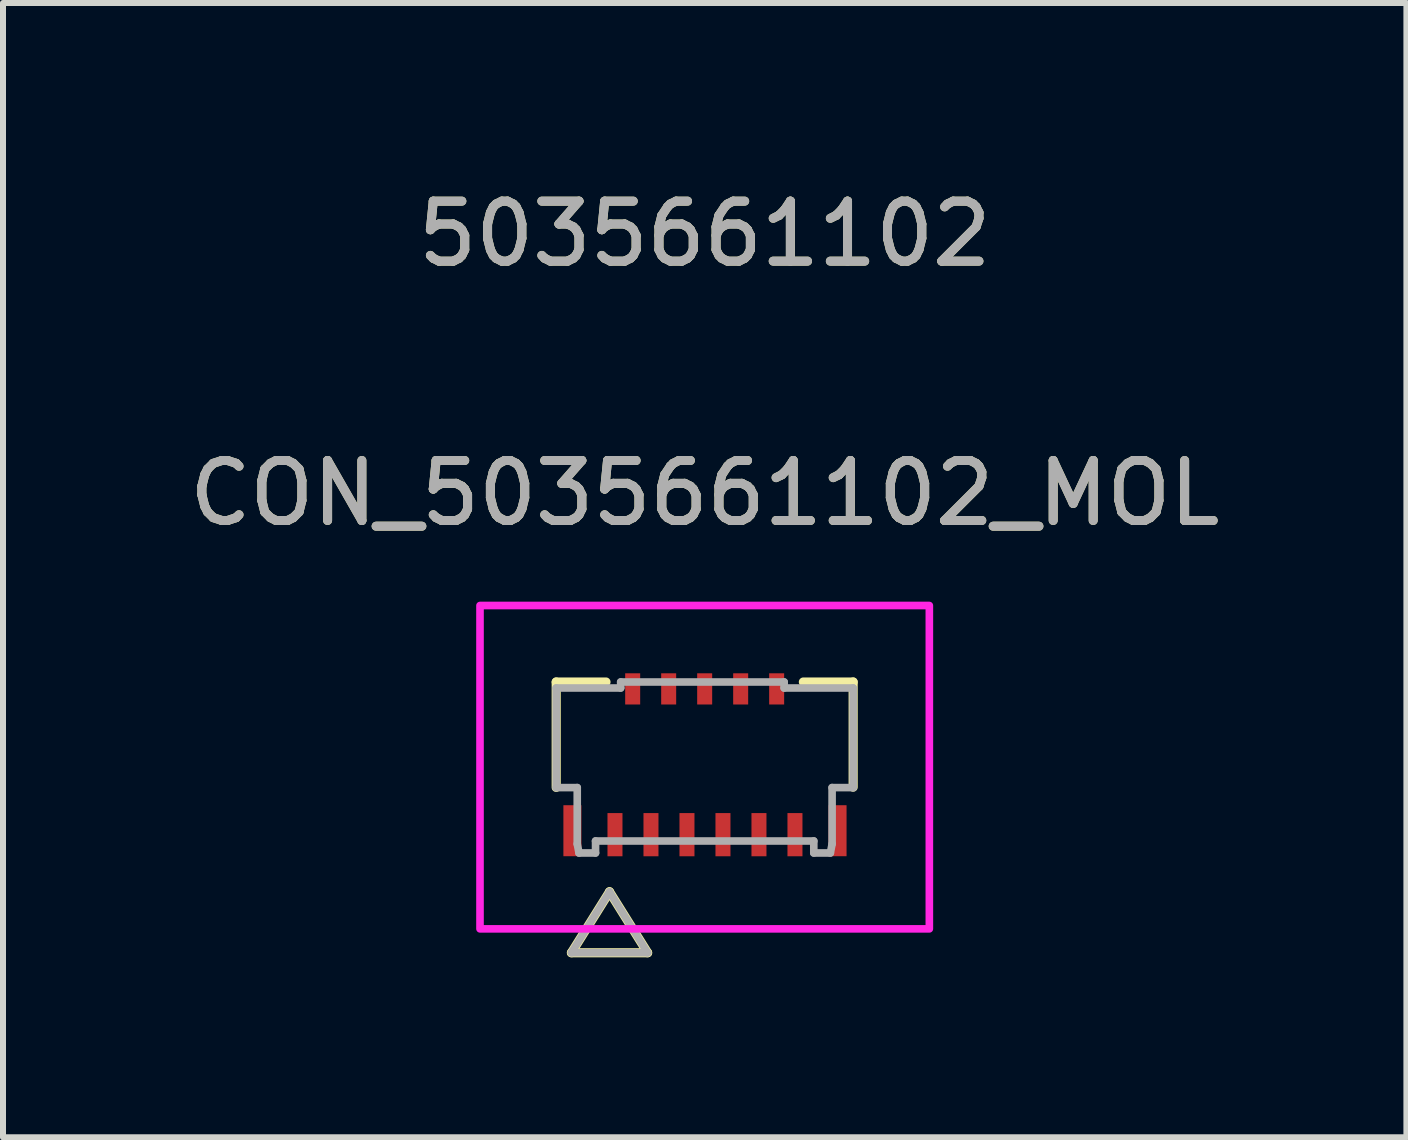
<source format=kicad_pcb>
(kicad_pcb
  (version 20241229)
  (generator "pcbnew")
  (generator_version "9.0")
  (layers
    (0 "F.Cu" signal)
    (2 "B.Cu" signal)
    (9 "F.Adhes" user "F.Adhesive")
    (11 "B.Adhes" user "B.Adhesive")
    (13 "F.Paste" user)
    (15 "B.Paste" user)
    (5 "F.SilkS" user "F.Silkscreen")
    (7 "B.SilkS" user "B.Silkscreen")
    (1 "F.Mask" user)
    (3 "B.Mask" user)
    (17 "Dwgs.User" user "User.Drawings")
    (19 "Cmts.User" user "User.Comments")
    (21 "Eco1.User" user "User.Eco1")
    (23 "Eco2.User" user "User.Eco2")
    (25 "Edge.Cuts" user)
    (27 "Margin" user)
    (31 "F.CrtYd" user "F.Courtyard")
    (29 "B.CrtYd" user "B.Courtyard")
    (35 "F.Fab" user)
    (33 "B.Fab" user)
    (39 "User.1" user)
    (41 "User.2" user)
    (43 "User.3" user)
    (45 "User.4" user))
  (footprint "CON_5035661102_MOL"
    (layer "F.Cu")
    (at 8.696 9.743)
    (property "Reference" "CON_5035661102_MOL" (at 0 -4.572 0) (unlocked yes) (layer "F.SilkS") (effects (font (size 1 1) (thickness 0.15))))
    (attr smd)
    (fp_line (start -2.475 -1.425) (end -1.645 -1.425) (stroke (width 0.152) (type solid)) (layer "F.SilkS"))
    (fp_line (start -2.475 0.332) (end -2.475 -1.425) (stroke (width 0.152) (type solid)) (layer "F.SilkS"))
    (fp_line (start -2.221 3.088) (end -1.586 2.072) (stroke (width 0.152) (type solid)) (layer "F.SilkS"))
    (fp_line (start -0.951 3.088) (end -2.221 3.088) (stroke (width 0.152) (type solid)) (layer "F.SilkS"))
    (fp_line (start -0.951 3.088) (end -1.586 2.072) (stroke (width 0.152) (type solid)) (layer "F.SilkS"))
    (fp_line (start 1.645 -1.425) (end 2.475 -1.425) (stroke (width 0.152) (type solid)) (layer "F.SilkS"))
    (fp_line (start 2.475 -1.425) (end 2.475 0.328) (stroke (width 0.152) (type solid)) (layer "F.SilkS"))
    (fp_rect (start -3.745 -2.7) (end 3.745 2.69) (stroke (width 0.127) (type solid)) (fill no) (layer "F.CrtYd"))
    (fp_line (start -2.475 -1.325) (end -2.475 0.335) (stroke (width 0.127) (type solid)) (layer "F.Fab"))
    (fp_line (start -2.475 0.335) (end -2.124 0.335) (stroke (width 0.127) (type solid)) (layer "F.Fab"))
    (fp_line (start -2.221 3.088) (end -1.586 2.072) (stroke (width 0.127) (type solid)) (layer "F.Fab"))
    (fp_line (start -2.124 0.335) (end -2.124 1.275) (stroke (width 0.127) (type solid)) (layer "F.Fab"))
    (fp_line (start -2.124 1.275) (end -2.095 1.425) (stroke (width 0.127) (type solid)) (layer "F.Fab"))
    (fp_line (start -2.095 1.425) (end -1.819 1.425) (stroke (width 0.127) (type solid)) (layer "F.Fab"))
    (fp_line (start -1.819 1.225) (end 1.819 1.225) (stroke (width 0.127) (type solid)) (layer "F.Fab"))
    (fp_line (start -1.819 1.425) (end -1.819 1.225) (stroke (width 0.127) (type solid)) (layer "F.Fab"))
    (fp_line (start -1.4 -1.425) (end -1.4 -1.325) (stroke (width 0.127) (type solid)) (layer "F.Fab"))
    (fp_line (start -1.4 -1.325) (end -2.475 -1.325) (stroke (width 0.127) (type solid)) (layer "F.Fab"))
    (fp_line (start -0.951 3.088) (end -2.221 3.088) (stroke (width 0.127) (type solid)) (layer "F.Fab"))
    (fp_line (start -0.951 3.088) (end -1.586 2.072) (stroke (width 0.127) (type solid)) (layer "F.Fab"))
    (fp_line (start 1.325 -1.425) (end -1.4 -1.425) (stroke (width 0.127) (type solid)) (layer "F.Fab"))
    (fp_line (start 1.325 -1.325) (end 1.325 -1.425) (stroke (width 0.127) (type solid)) (layer "F.Fab"))
    (fp_line (start 1.819 1.225) (end 1.819 1.425) (stroke (width 0.127) (type solid)) (layer "F.Fab"))
    (fp_line (start 1.819 1.425) (end 2.095 1.425) (stroke (width 0.127) (type solid)) (layer "F.Fab"))
    (fp_line (start 2.095 1.425) (end 2.124 1.275) (stroke (width 0.127) (type solid)) (layer "F.Fab"))
    (fp_line (start 2.124 0.335) (end 2.475 0.335) (stroke (width 0.127) (type solid)) (layer "F.Fab"))
    (fp_line (start 2.124 1.275) (end 2.124 0.335) (stroke (width 0.127) (type solid)) (layer "F.Fab"))
    (fp_line (start 2.475 -1.325) (end 1.325 -1.325) (stroke (width 0.127) (type solid)) (layer "F.Fab"))
    (fp_line (start 2.475 0.335) (end 2.475 -1.325) (stroke (width 0.127) (type solid)) (layer "F.Fab"))
    (fp_text user "5035661102" (at 0 -8.895 0) (unlocked yes) (layer "F.SilkS") (effects (font (size 1 1) (thickness 0.15))))
    (fp_text user "${REFERENCE}" (at 0 -4.572 0) (unlocked yes) (layer "F.Fab") (effects (font (size 1 1) (thickness 0.15))))
    (fp_text user "5035661102" (at 0 -8.895 0) (unlocked yes) (layer "F.Fab") (effects (font (size 1 1) (thickness 0.15))))
    (pad "1" smd rect (at -1.495 1.12) (size 0.25 0.72) (layers "F.Cu" "F.Mask" "F.Paste"))
    (pad "2" smd rect (at -1.2 -1.31) (size 0.25 0.52) (layers "F.Cu" "F.Mask" "F.Paste"))
    (pad "3" smd rect (at -0.895 1.12) (size 0.25 0.72) (layers "F.Cu" "F.Mask" "F.Paste"))
    (pad "4" smd rect (at -0.6 -1.31) (size 0.25 0.52) (layers "F.Cu" "F.Mask" "F.Paste"))
    (pad "5" smd rect (at -0.295 1.12) (size 0.25 0.72) (layers "F.Cu" "F.Mask" "F.Paste"))
    (pad "6" smd rect (at 0 -1.31) (size 0.25 0.52) (layers "F.Cu" "F.Mask" "F.Paste"))
    (pad "7" smd rect (at 0.305 1.12) (size 0.25 0.72) (layers "F.Cu" "F.Mask" "F.Paste"))
    (pad "8" smd rect (at 0.6 -1.31) (size 0.25 0.52) (layers "F.Cu" "F.Mask" "F.Paste"))
    (pad "9" smd rect (at 0.905 1.12) (size 0.25 0.72) (layers "F.Cu" "F.Mask" "F.Paste"))
    (pad "10" smd rect (at 1.2 -1.31) (size 0.25 0.52) (layers "F.Cu" "F.Mask" "F.Paste"))
    (pad "11" smd rect (at 1.505 1.12) (size 0.25 0.72) (layers "F.Cu" "F.Mask" "F.Paste"))
    (pad "P1" smd rect (at -2.205 1.054) (size 0.3 0.85) (layers "F.Cu" "F.Mask" "F.Paste"))
    (pad "P2" smd rect (at 2.215 1.054) (size 0.3 0.85) (layers "F.Cu" "F.Mask" "F.Paste")))
  (gr_rect
    (start -3 -3)
    (end 20.393 15.907)
    (stroke (width 0.1) (type default))
    (fill no)
    (layer "Edge.Cuts")))
</source>
